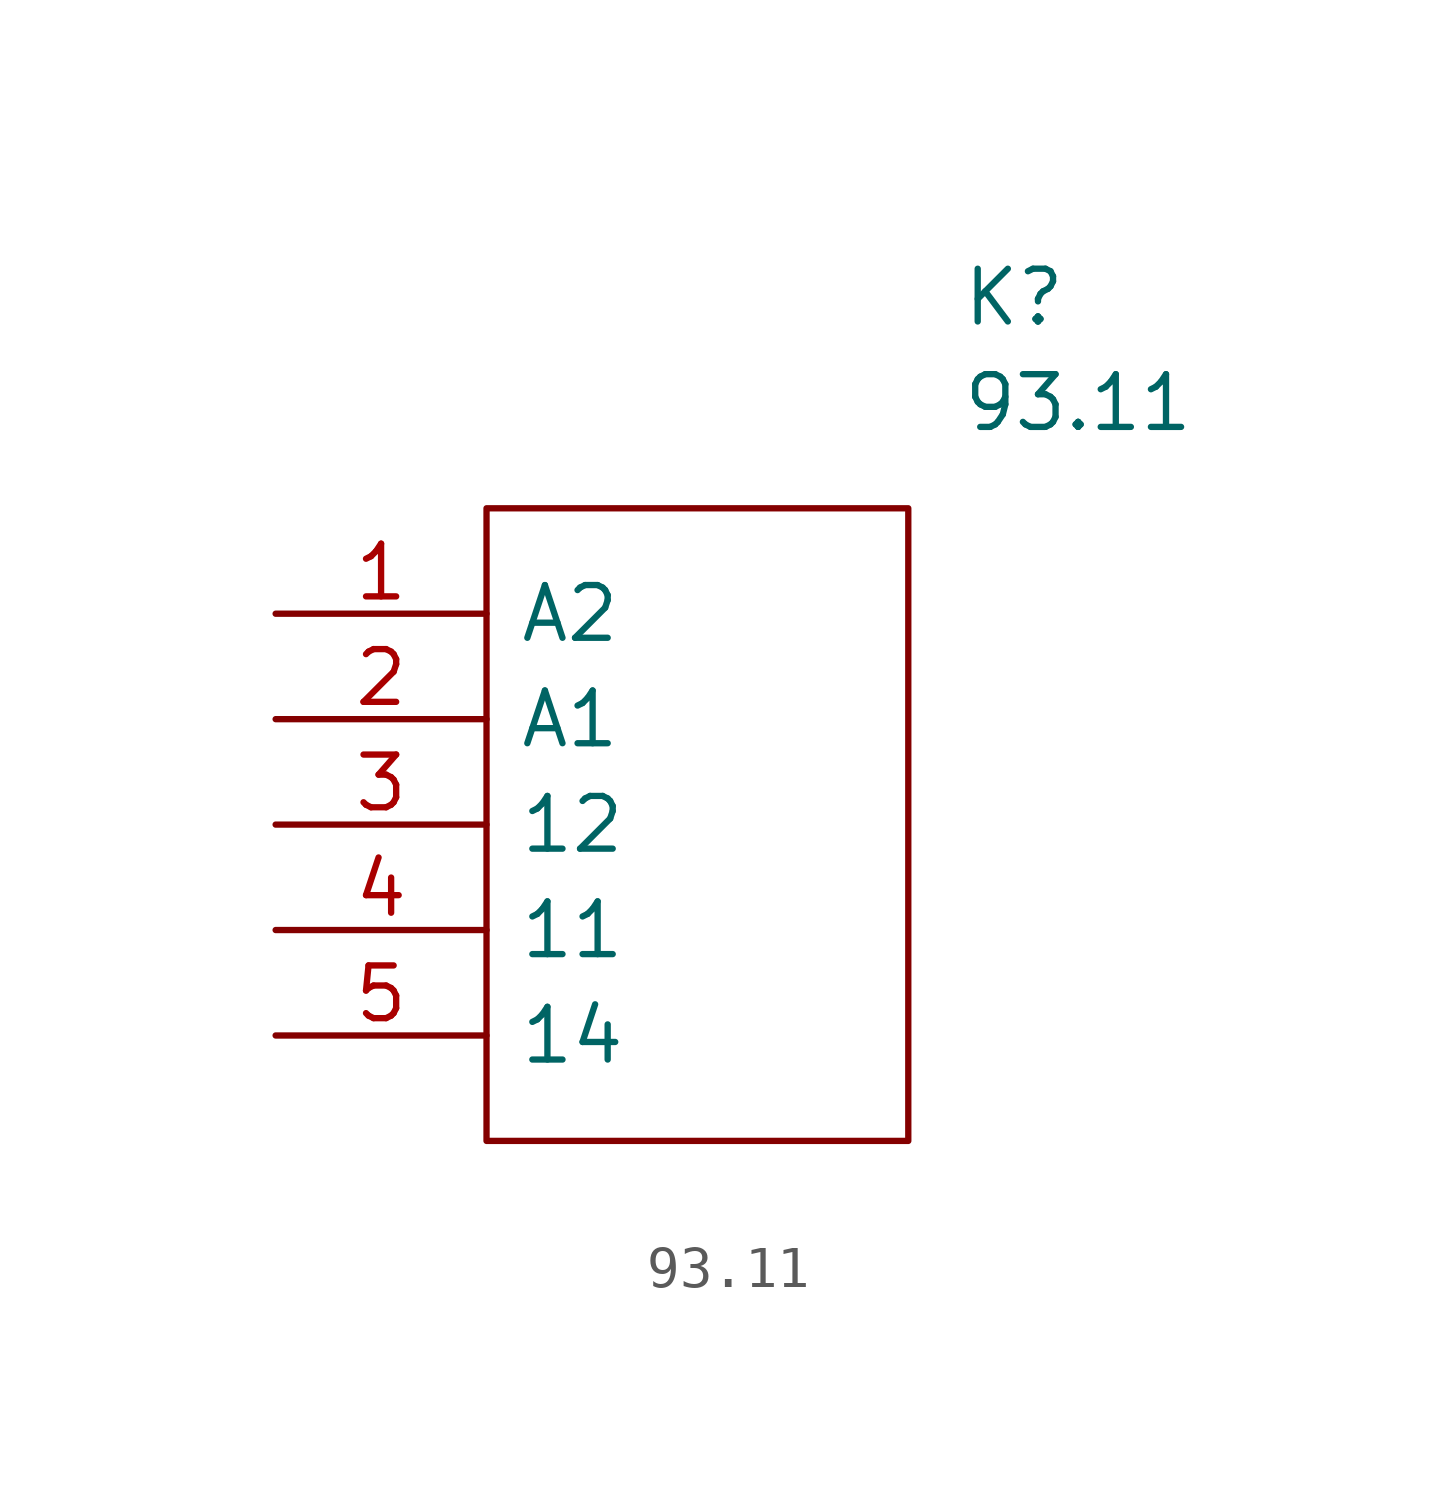
<source format=kicad_sym>
(kicad_symbol_lib
  (version 20231120)
  (generator "kicad_symbol_editor")
  (generator_version "8.0")
  (symbol "93.11"
    (pin_names
      (offset 0.762))
    (property "Reference" "K"
      (at 16.51 7.62 0)
      (effects (font (size 1.27 1.27)) (justify left)))
    (property "Value" "93.11"
      (at 16.51 5.08 0)
      (effects (font (size 1.27 1.27)) (justify left)))
    (symbol "93.11_0_0"
      (pin passive line (at 0 0 0) (length 5.08) (name "A2" (effects (font (size 1.27 1.27)))) (number "1" (effects (font (size 1.27 1.27)))))
      (pin passive line (at 0 -2.54 0) (length 5.08) (name "A1" (effects (font (size 1.27 1.27)))) (number "2" (effects (font (size 1.27 1.27)))))
      (pin passive line (at 0 -5.08 0) (length 5.08) (name "12" (effects (font (size 1.27 1.27)))) (number "3" (effects (font (size 1.27 1.27)))))
      (pin passive line (at 0 -7.62 0) (length 5.08) (name "11" (effects (font (size 1.27 1.27)))) (number "4" (effects (font (size 1.27 1.27)))))
      (pin passive line (at 0 -10.16 0) (length 5.08) (name "14" (effects (font (size 1.27 1.27)))) (number "5" (effects (font (size 1.27 1.27))))))
    (symbol "93.11_0_1"
      (polyline (pts (xy 5.08 2.54) (xy 15.24 2.54) (xy 15.24 -12.7) (xy 5.08 -12.7) (xy 5.08 2.54)) (stroke (width 0.152) (type solid)) (fill (type none))))))
</source>
